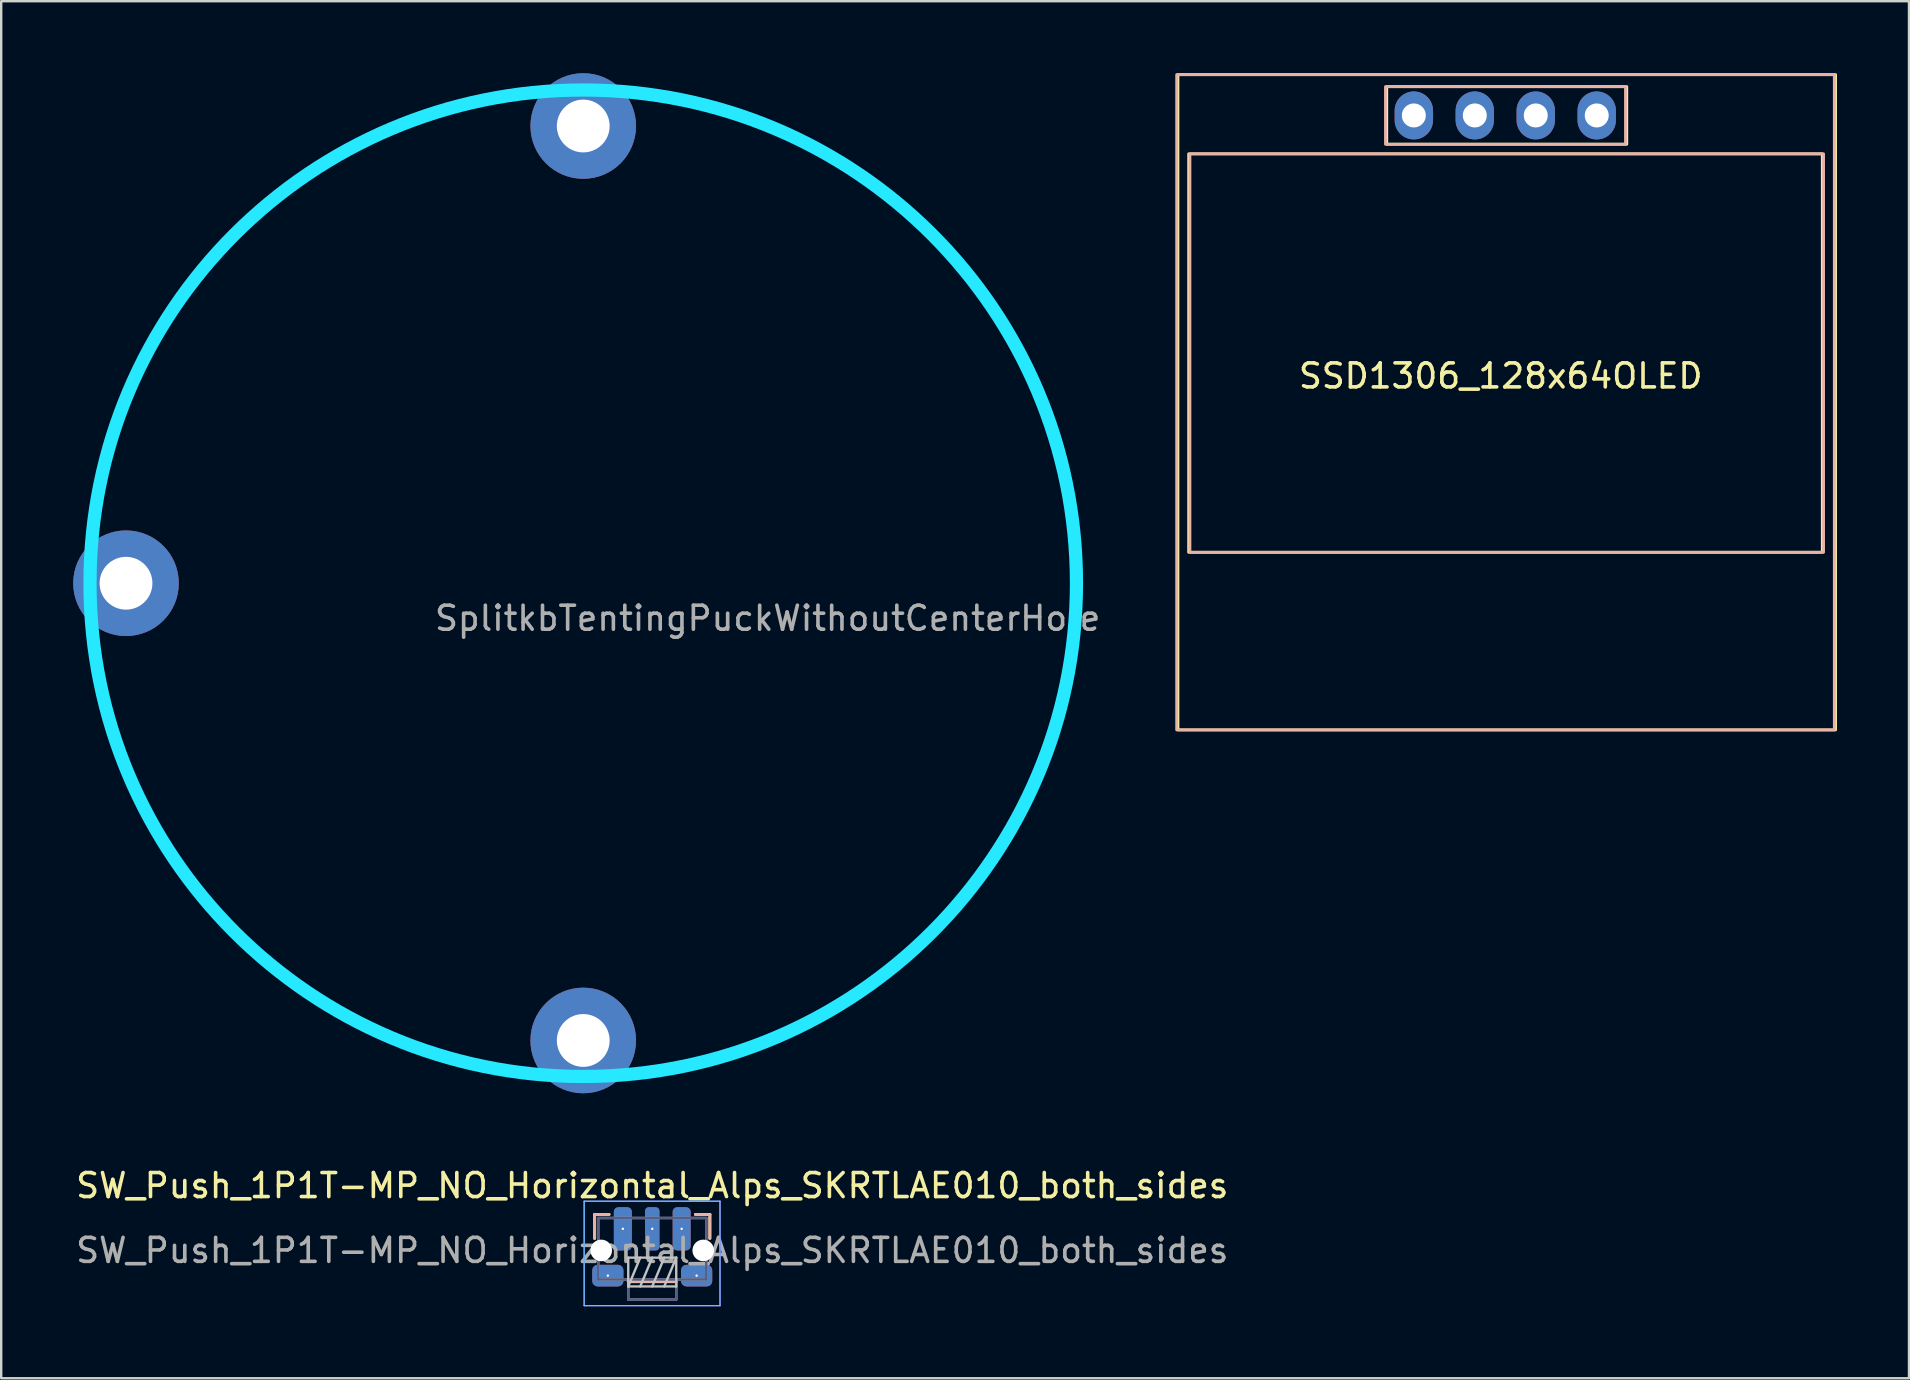
<source format=kicad_pcb>
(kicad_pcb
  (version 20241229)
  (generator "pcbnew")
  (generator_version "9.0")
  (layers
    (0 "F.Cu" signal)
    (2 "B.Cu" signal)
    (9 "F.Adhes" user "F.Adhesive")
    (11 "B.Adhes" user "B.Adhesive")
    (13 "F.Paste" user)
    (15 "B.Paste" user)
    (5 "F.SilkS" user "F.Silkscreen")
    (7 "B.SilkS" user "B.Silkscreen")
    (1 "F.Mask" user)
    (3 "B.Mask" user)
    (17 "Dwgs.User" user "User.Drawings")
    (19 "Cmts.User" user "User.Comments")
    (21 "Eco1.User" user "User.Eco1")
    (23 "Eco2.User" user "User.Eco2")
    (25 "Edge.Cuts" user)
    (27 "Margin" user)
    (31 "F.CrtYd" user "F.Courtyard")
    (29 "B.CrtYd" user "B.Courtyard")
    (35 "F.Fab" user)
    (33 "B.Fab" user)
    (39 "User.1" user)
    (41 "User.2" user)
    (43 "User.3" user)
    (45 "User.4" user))
  (footprint "SSD1306_128x64OLED"
    (layer "F.Cu")
    (at 59.476 12.36)
    (property "Reference" "SSD1306_128x64OLED" (at 0 0.254 0) (layer "F.SilkS") (effects (font (size 1 1) (thickness 0.15))))
    (attr through_hole)
    (fp_rect (start 5.25 -11.8) (end -4.75 -9.4) (stroke (width 0.12) (type solid)) (fill no) (layer "F.SilkS"))
    (fp_rect (start 13.4 -9) (end -13 7.6) (stroke (width 0.12) (type solid)) (fill no) (layer "F.SilkS"))
    (fp_rect (start 13.95 -12.3) (end -13.45 15) (stroke (width 0.12) (type solid)) (fill no) (layer "F.SilkS"))
    (fp_rect (start -13.5 -12.3) (end 13.9 15) (stroke (width 0.12) (type solid)) (fill no) (layer "B.SilkS"))
    (fp_rect (start -12.95 -9) (end 13.45 7.6) (stroke (width 0.12) (type solid)) (fill no) (layer "B.SilkS"))
    (fp_rect (start -4.8 -11.8) (end 5.2 -9.4) (stroke (width 0.12) (type solid)) (fill no) (layer "B.SilkS"))
    (pad "1" thru_hole oval (at -3.62 -10.6 90) (size 2 1.6) (drill 1) (layers "*.Cu" "*.Mask"))
    (pad "2" thru_hole oval (at -1.08 -10.6 90) (size 2 1.6) (drill 1) (layers "*.Cu" "*.Mask"))
    (pad "3" thru_hole oval (at 1.46 -10.6 90) (size 2 1.6) (drill 1) (layers "*.Cu" "*.Mask"))
    (pad "4" thru_hole oval (at 4 -10.6 90) (size 2 1.6) (drill 1) (layers "*.Cu" "*.Mask")))
  (footprint "SW_Push_1P1T-MP_NO_Horizontal_Alps_SKRTLAE010_both_sides"
    (layer "F.Cu")
    (at 24.125 49.048)
    (property "Reference" "SW_Push_1P1T-MP_NO_Horizontal_Alps_SKRTLAE010_both_sides" (at 0 -2.7 180) (layer "F.SilkS") (effects (font (size 1 1) (thickness 0.15))))
    (attr smd)
    (fp_line (start -2.4 -1.5) (end -2.4 -0.5) (stroke (width 0.12) (type solid)) (layer "F.SilkS"))
    (fp_line (start -1.8 -1.5) (end -2.4 -1.5) (stroke (width 0.12) (type solid)) (layer "F.SilkS"))
    (fp_line (start -1 1.3) (end 1 1.3) (stroke (width 0.12) (type solid)) (layer "F.SilkS"))
    (fp_line (start 1.8 -1.5) (end 2.4 -1.5) (stroke (width 0.12) (type solid)) (layer "F.SilkS"))
    (fp_line (start 2.4 -1.5) (end 2.4 -0.5) (stroke (width 0.12) (type solid)) (layer "F.SilkS"))
    (fp_line (start -2.4 -1.5) (end -2.4 -0.5) (stroke (width 0.12) (type solid)) (layer "B.SilkS"))
    (fp_line (start -1.8 -1.5) (end -2.4 -1.5) (stroke (width 0.12) (type solid)) (layer "B.SilkS"))
    (fp_line (start 1 1.3) (end -1 1.3) (stroke (width 0.12) (type solid)) (layer "B.SilkS"))
    (fp_line (start 1.8 -1.5) (end 2.4 -1.5) (stroke (width 0.12) (type solid)) (layer "B.SilkS"))
    (fp_line (start 2.4 -1.5) (end 2.4 -0.5) (stroke (width 0.12) (type solid)) (layer "B.SilkS"))
    (fp_line (start -1 0.3) (end -1 1.5) (stroke (width 0.1) (type solid)) (layer "Dwgs.User"))
    (fp_line (start -1 1.5) (end -0.5 0.3) (stroke (width 0.1) (type solid)) (layer "Dwgs.User"))
    (fp_line (start -1 1.5) (end 1 1.5) (stroke (width 0.1) (type solid)) (layer "Dwgs.User"))
    (fp_line (start -0.5 1.5) (end 0 0.3) (stroke (width 0.1) (type solid)) (layer "Dwgs.User"))
    (fp_line (start 0 1.5) (end 0.5 0.3) (stroke (width 0.1) (type solid)) (layer "Dwgs.User"))
    (fp_line (start 0.5 1.5) (end 1 0.3) (stroke (width 0.1) (type solid)) (layer "Dwgs.User"))
    (fp_line (start 1 0.3) (end -1 0.3) (stroke (width 0.1) (type solid)) (layer "Dwgs.User"))
    (fp_line (start 1 1.5) (end 1 0.3) (stroke (width 0.1) (type solid)) (layer "Dwgs.User"))
    (fp_line (start -2.84 -2.05) (end -2.84 2.3) (stroke (width 0.05) (type solid)) (layer "B.CrtYd"))
    (fp_line (start 2.82 -2.05) (end -2.84 -2.05) (stroke (width 0.05) (type solid)) (layer "B.CrtYd"))
    (fp_line (start 2.82 -2.05) (end 2.82 2.3) (stroke (width 0.05) (type solid)) (layer "B.CrtYd"))
    (fp_line (start 2.82 2.3) (end -2.84 2.3) (stroke (width 0.05) (type solid)) (layer "B.CrtYd"))
    (fp_line (start -2.83 -2.05) (end -2.83 2.3) (stroke (width 0.05) (type solid)) (layer "F.CrtYd"))
    (fp_line (start -2.83 -2.05) (end 2.83 -2.05) (stroke (width 0.05) (type solid)) (layer "F.CrtYd"))
    (fp_line (start -2.83 2.3) (end 2.83 2.3) (stroke (width 0.05) (type solid)) (layer "F.CrtYd"))
    (fp_line (start 2.83 -2.05) (end 2.83 2.3) (stroke (width 0.05) (type solid)) (layer "F.CrtYd"))
    (fp_line (start -2.25 -1.35) (end -2.25 1.21) (stroke (width 0.1) (type solid)) (layer "B.Fab"))
    (fp_line (start -1 2.04) (end -1 1.21) (stroke (width 0.1) (type solid)) (layer "B.Fab"))
    (fp_line (start 1 2.04) (end -1 2.04) (stroke (width 0.1) (type solid)) (layer "B.Fab"))
    (fp_line (start 1 2.04) (end 1 1.21) (stroke (width 0.1) (type solid)) (layer "B.Fab"))
    (fp_line (start 2.25 -1.35) (end -2.25 -1.35) (stroke (width 0.1) (type solid)) (layer "B.Fab"))
    (fp_line (start 2.25 -1.35) (end 2.25 1.21) (stroke (width 0.1) (type solid)) (layer "B.Fab"))
    (fp_line (start 2.25 1.21) (end -2.25 1.21) (stroke (width 0.1) (type solid)) (layer "B.Fab"))
    (fp_line (start -2.25 -1.35) (end -2.25 1.21) (stroke (width 0.1) (type solid)) (layer "F.Fab"))
    (fp_line (start -2.25 -1.35) (end 2.25 -1.35) (stroke (width 0.1) (type solid)) (layer "F.Fab"))
    (fp_line (start -2.25 1.21) (end 2.25 1.21) (stroke (width 0.1) (type solid)) (layer "F.Fab"))
    (fp_line (start -1 2.04) (end -1 1.21) (stroke (width 0.1) (type solid)) (layer "F.Fab"))
    (fp_line (start -1 2.04) (end 1 2.04) (stroke (width 0.1) (type solid)) (layer "F.Fab"))
    (fp_line (start 1 2.04) (end 1 1.21) (stroke (width 0.1) (type solid)) (layer "F.Fab"))
    (fp_line (start 2.25 -1.35) (end 2.25 1.21) (stroke (width 0.1) (type solid)) (layer "F.Fab"))
    (fp_text user "${REFERENCE}" (at 0 0 0) (layer "F.Fab") (effects (font (size 1 1) (thickness 0.15))))
    (pad "" np_thru_hole circle (at -2.125 0) (size 0.9 0.9) (drill 0.9) (layers "*.Cu" "*.Mask"))
    (pad "" np_thru_hole circle (at 2.125 0) (size 0.9 0.9) (drill 0.9) (layers "*.Cu" "*.Mask"))
    (pad "1" thru_hole roundrect (at -1.225 -0.9) (size 0.75 1.8) (drill 0.1) (layers "*.Cu" "*.Mask") (roundrect_rratio 0.25))
    (pad "1" thru_hole roundrect (at 1.225 -0.9) (size 0.75 1.8) (drill 0.1) (layers "*.Cu" "*.Mask") (roundrect_rratio 0.25))
    (pad "2" thru_hole roundrect (at 0 -0.9) (size 0.6 1.8) (drill 0.1) (layers "*.Cu" "*.Mask") (roundrect_rratio 0.25))
    (pad "MP" thru_hole roundrect (at -1.85 1.05) (size 1.3 0.9) (drill 0.1) (layers "*.Cu" "*.Mask") (roundrect_rratio 0.25))
    (pad "MP" thru_hole roundrect (at 1.85 1.05) (size 1.3 0.9) (drill 0.1) (layers "*.Cu" "*.Mask") (roundrect_rratio 0.25)))
  (footprint "SplitkbTentingPuckWithoutCenterHole"
    (layer "F.Cu")
    (at 21.25 21.25)
    (property "Reference" "SplitkbTentingPuckWithoutCenterHole" (at 7.684 1.46 0) (layer "F.Fab") (effects (font (size 1 1) (thickness 0.15))))
    (attr through_hole exclude_from_pos_files exclude_from_bom)
    (fp_arc (start -20.32 -2.8575) (mid -19.91151 -4.959786) (end -19.286134 -7.008048) (stroke (width 0.2) (type solid)) (layer "F.SilkS"))
    (fp_arc (start -19.286134 7.008047) (mid -19.91151 4.959786) (end -20.32 2.8575) (stroke (width 0.2) (type solid)) (layer "F.SilkS"))
    (fp_arc (start -7.008048 -19.286134) (mid -4.959786 -19.91151) (end -2.8575 -20.32) (stroke (width 0.2) (type solid)) (layer "F.SilkS"))
    (fp_arc (start -2.8575 20.32) (mid -4.959785 19.91151) (end -7.008046 19.286135) (stroke (width 0.2) (type solid)) (layer "F.SilkS"))
    (fp_arc (start 2.8575 -20.32) (mid 4.959786 -19.91151) (end 7.008047 -19.286134) (stroke (width 0.2) (type solid)) (layer "F.SilkS"))
    (fp_arc (start 7.008047 19.286134) (mid 4.959786 19.91151) (end 2.8575 20.32) (stroke (width 0.2) (type solid)) (layer "F.SilkS"))
    (fp_arc (start -20.32 -2.8575) (mid -19.91151 -4.959784) (end -19.286136 -7.008044) (stroke (width 0.2) (type solid)) (layer "B.SilkS"))
    (fp_arc (start -19.286135 7.008046) (mid -19.91151 4.959785) (end -20.32 2.8575) (stroke (width 0.2) (type solid)) (layer "B.SilkS"))
    (fp_arc (start -7.008046 -19.286135) (mid -4.959785 -19.91151) (end -2.8575 -20.32) (stroke (width 0.2) (type solid)) (layer "B.SilkS"))
    (fp_arc (start -2.8575 20.32) (mid -4.959785 19.91151) (end -7.008045 19.286135) (stroke (width 0.2) (type solid)) (layer "B.SilkS"))
    (fp_arc (start 2.8575 -20.32) (mid 4.959787 -19.91151) (end 7.008049 -19.286134) (stroke (width 0.2) (type solid)) (layer "B.SilkS"))
    (fp_arc (start 7.008045 19.286135) (mid 4.959785 19.91151) (end 2.8575 20.32) (stroke (width 0.2) (type solid)) (layer "B.SilkS"))
    (fp_circle (center 0 0) (end 20.55 0) (stroke (width 0.55) (type solid)) (fill no) (layer "B.CrtYd"))
    (pad "1" thru_hole circle (at -19.05 0) (size 4.4 4.4) (drill 2.2) (layers "*.Cu" "*.Mask"))
    (pad "1" thru_hole circle (at 0 -19.05) (size 4.4 4.4) (drill 2.2) (layers "*.Cu" "*.Mask"))
    (pad "1" thru_hole circle (at 0 19.05) (size 4.4 4.4) (drill 2.2) (layers "*.Cu" "*.Mask")))
  (gr_rect
    (start -3 -3)
    (end 76.486 54.373)
    (stroke (width 0.1) (type default))
    (fill no)
    (layer "Edge.Cuts")))
</source>
